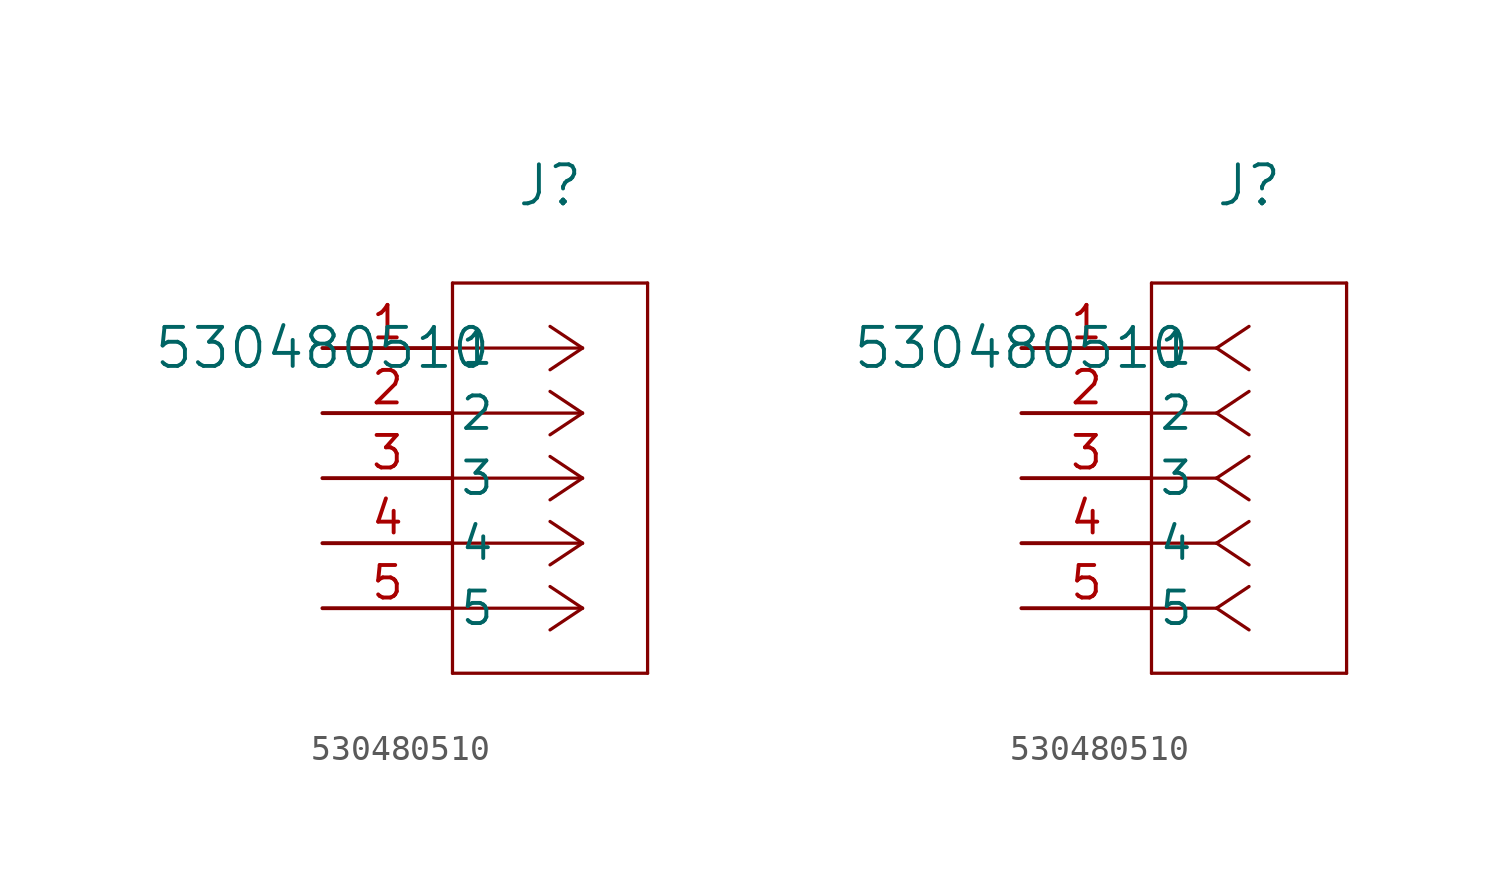
<source format=kicad_sym>
(kicad_symbol_lib
  (version 20211014)
  (generator kicad_symbol_editor)
  (symbol "530480510"
    (pin_names
      (offset 0.254))
    (property "Reference" "J"
      (at 8.89 6.35 0)
      (effects (font (size 1.524 1.524))))
    (property "Value" "530480510"
      (at 0 0 0)
      (effects (font (size 1.524 1.524))))
    (symbol "530480510_1_1"
      (polyline (pts (xy 10.16 0) (xy 5.08 0)) (stroke (width 0.127) (type default) (color 0 0 0 0)) (fill (type none)))
      (polyline (pts (xy 10.16 -2.54) (xy 5.08 -2.54)) (stroke (width 0.127) (type default) (color 0 0 0 0)) (fill (type none)))
      (polyline (pts (xy 10.16 -5.08) (xy 5.08 -5.08)) (stroke (width 0.127) (type default) (color 0 0 0 0)) (fill (type none)))
      (polyline (pts (xy 10.16 -7.62) (xy 5.08 -7.62)) (stroke (width 0.127) (type default) (color 0 0 0 0)) (fill (type none)))
      (polyline (pts (xy 10.16 -10.16) (xy 5.08 -10.16)) (stroke (width 0.127) (type default) (color 0 0 0 0)) (fill (type none)))
      (polyline (pts (xy 10.16 0) (xy 8.89 0.847)) (stroke (width 0.127) (type default) (color 0 0 0 0)) (fill (type none)))
      (polyline (pts (xy 10.16 -2.54) (xy 8.89 -1.693)) (stroke (width 0.127) (type default) (color 0 0 0 0)) (fill (type none)))
      (polyline (pts (xy 10.16 -5.08) (xy 8.89 -4.233)) (stroke (width 0.127) (type default) (color 0 0 0 0)) (fill (type none)))
      (polyline (pts (xy 10.16 -7.62) (xy 8.89 -6.773)) (stroke (width 0.127) (type default) (color 0 0 0 0)) (fill (type none)))
      (polyline (pts (xy 10.16 -10.16) (xy 8.89 -9.313)) (stroke (width 0.127) (type default) (color 0 0 0 0)) (fill (type none)))
      (polyline (pts (xy 10.16 0) (xy 8.89 -0.847)) (stroke (width 0.127) (type default) (color 0 0 0 0)) (fill (type none)))
      (polyline (pts (xy 10.16 -2.54) (xy 8.89 -3.387)) (stroke (width 0.127) (type default) (color 0 0 0 0)) (fill (type none)))
      (polyline (pts (xy 10.16 -5.08) (xy 8.89 -5.927)) (stroke (width 0.127) (type default) (color 0 0 0 0)) (fill (type none)))
      (polyline (pts (xy 10.16 -7.62) (xy 8.89 -8.467)) (stroke (width 0.127) (type default) (color 0 0 0 0)) (fill (type none)))
      (polyline (pts (xy 10.16 -10.16) (xy 8.89 -11.007)) (stroke (width 0.127) (type default) (color 0 0 0 0)) (fill (type none)))
      (polyline (pts (xy 5.08 2.54) (xy 5.08 -12.7)) (stroke (width 0.127) (type default) (color 0 0 0 0)) (fill (type none)))
      (polyline (pts (xy 5.08 -12.7) (xy 12.7 -12.7)) (stroke (width 0.127) (type default) (color 0 0 0 0)) (fill (type none)))
      (polyline (pts (xy 12.7 -12.7) (xy 12.7 2.54)) (stroke (width 0.127) (type default) (color 0 0 0 0)) (fill (type none)))
      (polyline (pts (xy 12.7 2.54) (xy 5.08 2.54)) (stroke (width 0.127) (type default) (color 0 0 0 0)) (fill (type none)))
      (pin unspecified line (at 0 0 0) (length 5.08) (name "1" (effects (font (size 1.27 1.27)))) (number "1" (effects (font (size 1.27 1.27)))))
      (pin unspecified line (at 0 -2.54 0) (length 5.08) (name "2" (effects (font (size 1.27 1.27)))) (number "2" (effects (font (size 1.27 1.27)))))
      (pin unspecified line (at 0 -5.08 0) (length 5.08) (name "3" (effects (font (size 1.27 1.27)))) (number "3" (effects (font (size 1.27 1.27)))))
      (pin unspecified line (at 0 -7.62 0) (length 5.08) (name "4" (effects (font (size 1.27 1.27)))) (number "4" (effects (font (size 1.27 1.27)))))
      (pin unspecified line (at 0 -10.16 0) (length 5.08) (name "5" (effects (font (size 1.27 1.27)))) (number "5" (effects (font (size 1.27 1.27))))))
    (symbol "530480510_1_2"
      (polyline (pts (xy 7.62 0) (xy 5.08 0)) (stroke (width 0.127) (type default) (color 0 0 0 0)) (fill (type none)))
      (polyline (pts (xy 7.62 -2.54) (xy 5.08 -2.54)) (stroke (width 0.127) (type default) (color 0 0 0 0)) (fill (type none)))
      (polyline (pts (xy 7.62 -5.08) (xy 5.08 -5.08)) (stroke (width 0.127) (type default) (color 0 0 0 0)) (fill (type none)))
      (polyline (pts (xy 7.62 -7.62) (xy 5.08 -7.62)) (stroke (width 0.127) (type default) (color 0 0 0 0)) (fill (type none)))
      (polyline (pts (xy 7.62 -10.16) (xy 5.08 -10.16)) (stroke (width 0.127) (type default) (color 0 0 0 0)) (fill (type none)))
      (polyline (pts (xy 7.62 0) (xy 8.89 0.847)) (stroke (width 0.127) (type default) (color 0 0 0 0)) (fill (type none)))
      (polyline (pts (xy 7.62 -2.54) (xy 8.89 -1.693)) (stroke (width 0.127) (type default) (color 0 0 0 0)) (fill (type none)))
      (polyline (pts (xy 7.62 -5.08) (xy 8.89 -4.233)) (stroke (width 0.127) (type default) (color 0 0 0 0)) (fill (type none)))
      (polyline (pts (xy 7.62 -7.62) (xy 8.89 -6.773)) (stroke (width 0.127) (type default) (color 0 0 0 0)) (fill (type none)))
      (polyline (pts (xy 7.62 -10.16) (xy 8.89 -9.313)) (stroke (width 0.127) (type default) (color 0 0 0 0)) (fill (type none)))
      (polyline (pts (xy 7.62 0) (xy 8.89 -0.847)) (stroke (width 0.127) (type default) (color 0 0 0 0)) (fill (type none)))
      (polyline (pts (xy 7.62 -2.54) (xy 8.89 -3.387)) (stroke (width 0.127) (type default) (color 0 0 0 0)) (fill (type none)))
      (polyline (pts (xy 7.62 -5.08) (xy 8.89 -5.927)) (stroke (width 0.127) (type default) (color 0 0 0 0)) (fill (type none)))
      (polyline (pts (xy 7.62 -7.62) (xy 8.89 -8.467)) (stroke (width 0.127) (type default) (color 0 0 0 0)) (fill (type none)))
      (polyline (pts (xy 7.62 -10.16) (xy 8.89 -11.007)) (stroke (width 0.127) (type default) (color 0 0 0 0)) (fill (type none)))
      (polyline (pts (xy 5.08 2.54) (xy 5.08 -12.7)) (stroke (width 0.127) (type default) (color 0 0 0 0)) (fill (type none)))
      (polyline (pts (xy 5.08 -12.7) (xy 12.7 -12.7)) (stroke (width 0.127) (type default) (color 0 0 0 0)) (fill (type none)))
      (polyline (pts (xy 12.7 -12.7) (xy 12.7 2.54)) (stroke (width 0.127) (type default) (color 0 0 0 0)) (fill (type none)))
      (polyline (pts (xy 12.7 2.54) (xy 5.08 2.54)) (stroke (width 0.127) (type default) (color 0 0 0 0)) (fill (type none)))
      (pin unspecified line (at 0 0 0) (length 5.08) (name "1" (effects (font (size 1.27 1.27)))) (number "1" (effects (font (size 1.27 1.27)))))
      (pin unspecified line (at 0 -2.54 0) (length 5.08) (name "2" (effects (font (size 1.27 1.27)))) (number "2" (effects (font (size 1.27 1.27)))))
      (pin unspecified line (at 0 -5.08 0) (length 5.08) (name "3" (effects (font (size 1.27 1.27)))) (number "3" (effects (font (size 1.27 1.27)))))
      (pin unspecified line (at 0 -7.62 0) (length 5.08) (name "4" (effects (font (size 1.27 1.27)))) (number "4" (effects (font (size 1.27 1.27)))))
      (pin unspecified line (at 0 -10.16 0) (length 5.08) (name "5" (effects (font (size 1.27 1.27)))) (number "5" (effects (font (size 1.27 1.27))))))))
</source>
